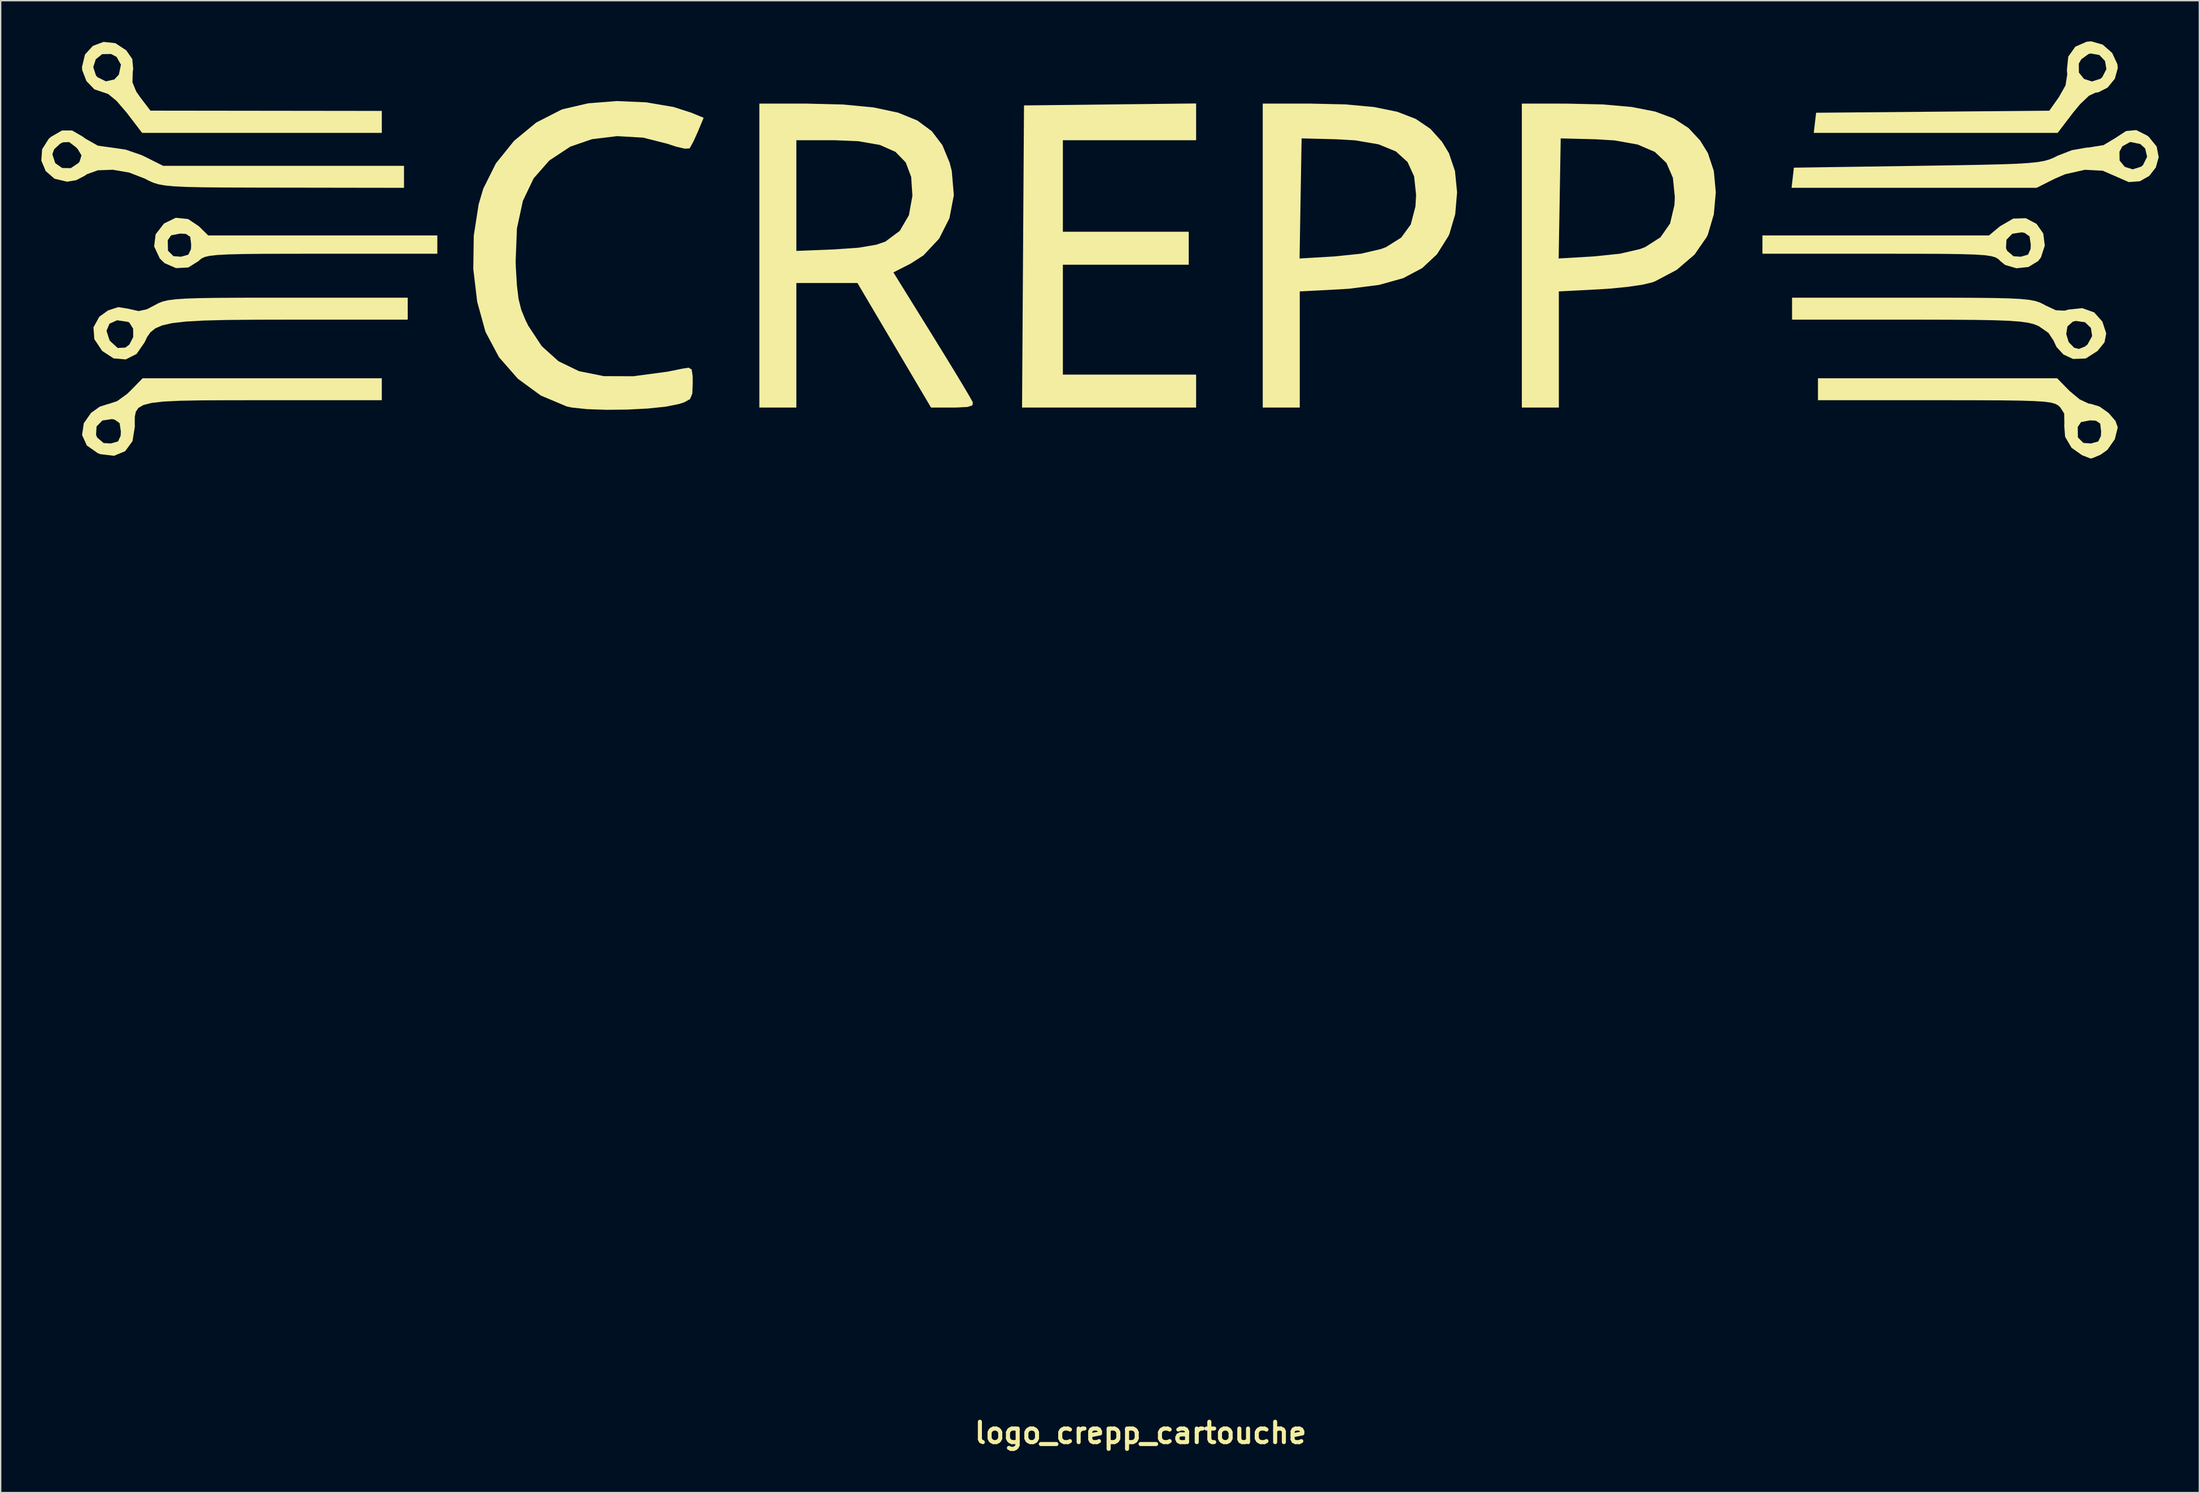
<source format=kicad_pcb>
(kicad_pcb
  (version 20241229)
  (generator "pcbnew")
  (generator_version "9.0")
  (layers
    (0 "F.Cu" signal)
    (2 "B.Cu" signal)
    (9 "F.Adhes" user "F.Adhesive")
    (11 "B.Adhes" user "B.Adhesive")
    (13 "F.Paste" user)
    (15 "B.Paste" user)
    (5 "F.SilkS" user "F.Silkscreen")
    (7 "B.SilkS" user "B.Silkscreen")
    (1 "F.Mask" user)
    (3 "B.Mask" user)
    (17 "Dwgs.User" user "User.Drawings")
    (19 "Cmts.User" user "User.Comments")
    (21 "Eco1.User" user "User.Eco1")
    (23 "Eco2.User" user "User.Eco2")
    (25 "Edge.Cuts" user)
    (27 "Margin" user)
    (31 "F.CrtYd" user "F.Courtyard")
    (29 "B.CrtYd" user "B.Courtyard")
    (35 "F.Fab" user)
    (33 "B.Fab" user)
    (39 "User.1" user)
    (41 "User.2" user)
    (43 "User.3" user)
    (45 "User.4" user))
  (footprint "logo_crepp_cartouche"
    (layer "F.Cu")
    (at 81.111 102.681)
    (property "Reference" "logo_crepp_cartouche" (at 0 0 0) (layer "F.SilkS") (effects (font (size 1.5 1.5) (thickness 0.3))))
    (attr board_only exclude_from_pos_files exclude_from_bom)
    (fp_poly (pts (xy 4.097 -96.741) (xy 4.097 -95.385) (xy -0.819 -95.385) (xy -5.735 -95.385) (xy -5.735 -92.007) (xy -5.735 -88.63) (xy -1.092 -88.63) (xy 3.551 -88.63) (xy 3.551 -87.414) (xy 3.551 -86.198) (xy -1.092 -86.198) (xy -5.735 -86.198) (xy -5.735 -82.145) (xy -5.735 -78.091) (xy -0.819 -78.091) (xy 4.097 -78.091) (xy 4.097 -76.876) (xy 4.097 -75.66) (xy -2.325 -75.66) (xy -8.746 -75.66) (xy -8.675 -86.806) (xy -8.603 -97.952) (xy -2.253 -98.025) (xy 4.097 -98.097)) (stroke (width 0) (type solid)) (fill yes) (layer "F.SilkS"))
    (fp_poly (pts (xy -75.649 -102.547) (xy -74.845 -102.016) (xy -74.401 -101.377) (xy -74.334 -100.651) (xy -74.367 -100.413) (xy -74.387 -99.658) (xy -74.106 -98.97) (xy -73.79 -98.52) (xy -73.059 -97.567) (xy -64.524 -97.557) (xy -55.989 -97.547) (xy -55.989 -96.736) (xy -55.989 -95.926) (xy -64.833 -95.926) (xy -73.676 -95.926) (xy -74.81 -97.412) (xy -75.557 -98.283) (xy -76.176 -98.793) (xy -76.482 -98.898) (xy -77.197 -99.139) (xy -77.784 -99.749) (xy -78.095 -100.555) (xy -78.111 -100.779) (xy -77.28 -100.779) (xy -77.081 -100.167) (xy -76.965 -100.033) (xy -76.345 -99.728) (xy -75.72 -99.871) (xy -75.391 -100.229) (xy -75.236 -100.957) (xy -75.558 -101.532) (xy -75.965 -101.747) (xy -76.625 -101.735) (xy -77.095 -101.357) (xy -77.28 -100.779) (xy -78.111 -100.779) (xy -78.112 -100.789) (xy -77.889 -101.709) (xy -77.311 -102.343) (xy -76.519 -102.64)) (stroke (width 0) (type solid)) (fill yes) (layer "F.SilkS"))
    (fp_poly (pts (xy -70.28 -89.568) (xy -69.484 -89.035) (xy -68.801 -88.36) (xy -60.347 -88.36) (xy -51.892 -88.36) (xy -51.892 -87.684) (xy -51.892 -87.009) (xy -60.453 -87.009) (xy -62.844 -87.007) (xy -64.749 -87.001) (xy -66.226 -86.986) (xy -67.337 -86.958) (xy -68.139 -86.915) (xy -68.693 -86.853) (xy -69.06 -86.768) (xy -69.297 -86.656) (xy -69.465 -86.514) (xy -69.509 -86.468) (xy -70.27 -85.994) (xy -71.166 -85.946) (xy -72.014 -86.312) (xy -72.372 -86.659) (xy -72.788 -87.55) (xy -72.731 -88.006) (xy -71.781 -88.006) (xy -71.767 -87.233) (xy -71.365 -86.831) (xy -70.807 -86.788) (xy -70.266 -86.939) (xy -70.071 -87.342) (xy -70.055 -87.684) (xy -70.123 -88.258) (xy -70.442 -88.47) (xy -70.87 -88.495) (xy -71.536 -88.366) (xy -71.781 -88.006) (xy -72.731 -88.006) (xy -72.677 -88.443) (xy -72.061 -89.238) (xy -71.192 -89.661)) (stroke (width 0) (type solid)) (fill yes) (layer "F.SilkS"))
    (fp_poly (pts (xy 70.993 -102.438) (xy 71.691 -101.822) (xy 72.074 -100.998) (xy 72.103 -100.704) (xy 71.888 -99.924) (xy 71.353 -99.267) (xy 70.662 -98.916) (xy 70.473 -98.898) (xy 69.985 -98.671) (xy 69.317 -98.037) (xy 68.802 -97.412) (xy 67.668 -95.926) (xy 58.669 -95.926) (xy 49.671 -95.926) (xy 49.758 -96.669) (xy 49.844 -97.412) (xy 58.447 -97.488) (xy 67.051 -97.564) (xy 67.761 -98.569) (xy 68.247 -99.429) (xy 68.375 -100.234) (xy 68.349 -100.56) (xy 68.397 -101.033) (xy 69.227 -101.033) (xy 69.237 -100.374) (xy 69.617 -99.904) (xy 70.201 -99.72) (xy 70.821 -99.918) (xy 70.956 -100.033) (xy 71.264 -100.63) (xy 71.161 -101.231) (xy 70.746 -101.671) (xy 70.117 -101.784) (xy 69.945 -101.744) (xy 69.413 -101.359) (xy 69.227 -101.033) (xy 68.397 -101.033) (xy 68.45 -101.552) (xy 68.967 -102.284) (xy 69.813 -102.655) (xy 70.144 -102.681)) (stroke (width 0) (type solid)) (fill yes) (layer "F.SilkS"))
    (fp_poly (pts (xy 66.11 -89.212) (xy 66.606 -88.502) (xy 66.718 -87.608) (xy 66.435 -86.739) (xy 66.234 -86.472) (xy 65.512 -86.032) (xy 64.619 -85.936) (xy 63.786 -86.184) (xy 63.437 -86.468) (xy 63.285 -86.619) (xy 63.08 -86.739) (xy 62.762 -86.831) (xy 62.273 -86.9) (xy 61.551 -86.948) (xy 60.539 -86.979) (xy 59.176 -86.998) (xy 57.402 -87.006) (xy 55.159 -87.008) (xy 54.426 -87.009) (xy 45.884 -87.009) (xy 45.884 -87.426) (xy 63.855 -87.426) (xy 63.939 -87.225) (xy 64.415 -86.821) (xy 64.952 -86.79) (xy 65.48 -86.943) (xy 65.67 -87.356) (xy 65.685 -87.684) (xy 65.593 -88.288) (xy 65.231 -88.547) (xy 65.017 -88.588) (xy 64.32 -88.482) (xy 63.892 -88.044) (xy 63.855 -87.426) (xy 45.884 -87.426) (xy 45.884 -87.684) (xy 45.884 -88.36) (xy 54.243 -88.36) (xy 62.602 -88.36) (xy 63.413 -89.035) (xy 64.388 -89.601) (xy 65.317 -89.631)) (stroke (width 0) (type solid)) (fill yes) (layer "F.SilkS"))
    (fp_poly (pts (xy 15.107 -98.028) (xy 17.229 -97.834) (xy 18.94 -97.484) (xy 20.304 -96.956) (xy 21.381 -96.228) (xy 22.235 -95.277) (xy 22.747 -94.439) (xy 23.197 -93.115) (xy 23.353 -91.542) (xy 23.215 -89.925) (xy 22.786 -88.469) (xy 22.704 -88.292) (xy 21.868 -86.967) (xy 20.78 -85.949) (xy 19.377 -85.205) (xy 17.599 -84.708) (xy 15.383 -84.426) (xy 14.68 -84.381) (xy 11.744 -84.23) (xy 11.744 -79.945) (xy 11.744 -75.66) (xy 10.378 -75.66) (xy 9.013 -75.66) (xy 9.013 -86.658) (xy 11.73 -86.658) (xy 14.308 -86.81) (xy 16.249 -87.01) (xy 17.72 -87.35) (xy 18.119 -87.502) (xy 19.227 -88.197) (xy 19.934 -89.168) (xy 20.279 -90.485) (xy 20.329 -91.351) (xy 20.182 -92.718) (xy 19.697 -93.778) (xy 18.837 -94.557) (xy 17.564 -95.08) (xy 15.84 -95.374) (xy 14.431 -95.455) (xy 11.881 -95.52) (xy 11.805 -91.089) (xy 11.73 -86.658) (xy 9.013 -86.658) (xy 9.013 -86.873) (xy 9.013 -98.087) (xy 12.513 -98.087)) (stroke (width 0) (type solid)) (fill yes) (layer "F.SilkS"))
    (fp_poly (pts (xy -55.989 -77.011) (xy -55.989 -76.2) (xy -64.687 -76.2) (xy -67.225 -76.199) (xy -69.271 -76.19) (xy -70.875 -76.16) (xy -72.093 -76.101) (xy -72.975 -76) (xy -73.576 -75.847) (xy -73.948 -75.631) (xy -74.144 -75.341) (xy -74.216 -74.967) (xy -74.219 -74.498) (xy -74.211 -74.253) (xy -74.385 -73.178) (xy -74.925 -72.439) (xy -75.745 -72.099) (xy -76.76 -72.219) (xy -76.94 -72.287) (xy -77.754 -72.859) (xy -78.106 -73.634) (xy -78.105 -73.645) (xy -77.074 -73.645) (xy -76.99 -73.444) (xy -76.514 -73.04) (xy -75.977 -73.009) (xy -75.449 -73.162) (xy -75.259 -73.575) (xy -75.244 -73.903) (xy -75.336 -74.507) (xy -75.698 -74.766) (xy -75.912 -74.807) (xy -76.609 -74.701) (xy -77.037 -74.263) (xy -77.074 -73.645) (xy -78.105 -73.645) (xy -77.977 -74.503) (xy -77.441 -75.267) (xy -76.798 -75.725) (xy -76.158 -75.929) (xy -76.129 -75.93) (xy -75.518 -76.132) (xy -74.783 -76.664) (xy -74.561 -76.876) (xy -73.635 -77.821) (xy -64.812 -77.821) (xy -55.989 -77.821)) (stroke (width 0) (type solid)) (fill yes) (layer "F.SilkS"))
    (fp_poly (pts (xy 31.477 -98.085) (xy 34.094 -98.026) (xy 36.237 -97.838) (xy 37.966 -97.499) (xy 39.343 -96.989) (xy 40.429 -96.286) (xy 41.285 -95.367) (xy 41.857 -94.439) (xy 42.297 -93.117) (xy 42.443 -91.541) (xy 42.296 -89.913) (xy 41.861 -88.433) (xy 41.778 -88.252) (xy 40.879 -86.951) (xy 39.567 -85.824) (xy 37.97 -84.978) (xy 37.739 -84.891) (xy 37.041 -84.725) (xy 35.966 -84.567) (xy 34.682 -84.438) (xy 33.798 -84.38) (xy 30.862 -84.23) (xy 30.862 -79.945) (xy 30.862 -75.66) (xy 29.497 -75.66) (xy 28.131 -75.66) (xy 28.131 -86.658) (xy 30.848 -86.658) (xy 33.426 -86.81) (xy 35.368 -87.01) (xy 36.838 -87.35) (xy 37.237 -87.502) (xy 38.36 -88.221) (xy 39.068 -89.238) (xy 39.391 -90.605) (xy 39.419 -91.19) (xy 39.277 -92.611) (xy 38.798 -93.713) (xy 37.944 -94.522) (xy 36.678 -95.066) (xy 34.964 -95.371) (xy 33.549 -95.455) (xy 30.999 -95.52) (xy 30.924 -91.089) (xy 30.848 -86.658) (xy 28.131 -86.658) (xy 28.131 -86.873) (xy 28.131 -98.087)) (stroke (width 0) (type solid)) (fill yes) (layer "F.SilkS"))
    (fp_poly (pts (xy 68.553 -76.876) (xy 69.287 -76.266) (xy 69.957 -75.95) (xy 70.121 -75.93) (xy 70.757 -75.735) (xy 71.425 -75.26) (xy 71.935 -74.67) (xy 72.103 -74.198) (xy 71.884 -73.32) (xy 71.336 -72.536) (xy 70.831 -72.177) (xy 70.322 -71.961) (xy 70.11 -71.894) (xy 69.847 -71.995) (xy 69.456 -72.149) (xy 68.69 -72.694) (xy 68.217 -73.5) (xy 68.161 -74.225) (xy 69.148 -74.225) (xy 69.162 -73.452) (xy 69.564 -73.05) (xy 70.122 -73.007) (xy 70.663 -73.158) (xy 70.858 -73.562) (xy 70.874 -73.903) (xy 70.806 -74.477) (xy 70.487 -74.689) (xy 70.059 -74.714) (xy 69.393 -74.585) (xy 69.148 -74.225) (xy 68.161 -74.225) (xy 68.15 -74.368) (xy 68.163 -74.426) (xy 68.148 -75.219) (xy 67.86 -75.67) (xy 67.702 -75.817) (xy 67.488 -75.934) (xy 67.157 -76.025) (xy 66.652 -76.092) (xy 65.913 -76.139) (xy 64.882 -76.17) (xy 63.498 -76.189) (xy 61.703 -76.197) (xy 59.439 -76.2) (xy 58.678 -76.2) (xy 49.981 -76.2) (xy 49.981 -77.011) (xy 49.981 -77.821) (xy 58.803 -77.821) (xy 67.626 -77.821)) (stroke (width 0) (type solid)) (fill yes) (layer "F.SilkS"))
    (fp_poly (pts (xy 74.258 -95.734) (xy 74.388 -95.636) (xy 74.974 -94.919) (xy 75.122 -94.131) (xy 74.911 -93.373) (xy 74.42 -92.747) (xy 73.728 -92.354) (xy 72.914 -92.296) (xy 72.068 -92.666) (xy 70.993 -93.133) (xy 69.674 -93.202) (xy 68.23 -92.877) (xy 67.46 -92.548) (xy 66.113 -91.872) (xy 57.073 -91.872) (xy 48.033 -91.872) (xy 48.119 -92.615) (xy 48.205 -93.359) (xy 57.355 -93.494) (xy 59.838 -93.532) (xy 61.837 -93.567) (xy 63.413 -93.605) (xy 64.627 -93.649) (xy 65.542 -93.705) (xy 66.219 -93.776) (xy 66.72 -93.867) (xy 67.105 -93.982) (xy 67.438 -94.126) (xy 67.654 -94.237) (xy 68.428 -94.537) (xy 72.228 -94.537) (xy 72.24 -93.884) (xy 72.622 -93.419) (xy 73.207 -93.236) (xy 73.825 -93.432) (xy 73.96 -93.548) (xy 74.269 -94.161) (xy 74.124 -94.779) (xy 73.762 -95.104) (xy 73.026 -95.258) (xy 72.445 -94.939) (xy 72.228 -94.537) (xy 68.428 -94.537) (xy 68.727 -94.652) (xy 69.818 -94.842) (xy 69.936 -94.845) (xy 71.055 -95.024) (xy 71.88 -95.52) (xy 72.722 -96.064) (xy 73.465 -96.133)) (stroke (width 0) (type solid)) (fill yes) (layer "F.SilkS"))
    (fp_poly (pts (xy -54.077 -82.955) (xy -54.077 -82.145) (xy -62.671 -82.145) (xy -65.3 -82.14) (xy -67.437 -82.121) (xy -69.139 -82.078) (xy -70.462 -82.003) (xy -71.459 -81.888) (xy -72.188 -81.723) (xy -72.703 -81.501) (xy -73.059 -81.213) (xy -73.313 -80.849) (xy -73.491 -80.47) (xy -74.084 -79.613) (xy -74.885 -79.21) (xy -75.779 -79.286) (xy -76.622 -79.836) (xy -77.2 -80.704) (xy -77.246 -81.322) (xy -76.302 -81.322) (xy -76.083 -80.637) (xy -76.035 -80.565) (xy -75.478 -80.055) (xy -74.911 -80.084) (xy -74.616 -80.307) (xy -74.331 -80.858) (xy -74.338 -81.481) (xy -74.622 -81.93) (xy -74.72 -81.981) (xy -75.523 -82.099) (xy -76.083 -81.844) (xy -76.302 -81.322) (xy -77.246 -81.322) (xy -77.265 -81.58) (xy -76.83 -82.362) (xy -76.191 -82.825) (xy -75.434 -83.07) (xy -74.642 -82.942) (xy -74.586 -82.923) (xy -73.928 -82.778) (xy -73.328 -82.908) (xy -72.77 -83.199) (xy -72.482 -83.355) (xy -72.168 -83.479) (xy -71.768 -83.576) (xy -71.218 -83.648) (xy -70.459 -83.699) (xy -69.427 -83.733) (xy -68.061 -83.753) (xy -66.3 -83.763) (xy -64.082 -83.766) (xy -62.938 -83.766) (xy -54.077 -83.766)) (stroke (width 0) (type solid)) (fill yes) (layer "F.SilkS"))
    (fp_poly (pts (xy -78.025 -95.631) (xy -77.889 -95.52) (xy -76.938 -94.98) (xy -75.947 -94.845) (xy -74.893 -94.692) (xy -73.726 -94.29) (xy -73.469 -94.169) (xy -72.121 -93.494) (xy -63.236 -93.494) (xy -54.351 -93.494) (xy -54.351 -92.683) (xy -54.351 -91.872) (xy -63.295 -91.885) (xy -65.74 -91.889) (xy -67.702 -91.896) (xy -69.243 -91.911) (xy -70.425 -91.938) (xy -71.313 -91.98) (xy -71.967 -92.043) (xy -72.452 -92.129) (xy -72.829 -92.243) (xy -73.162 -92.389) (xy -73.469 -92.548) (xy -74.621 -92.996) (xy -75.832 -93.205) (xy -76.935 -93.166) (xy -77.764 -92.87) (xy -77.889 -92.773) (xy -78.533 -92.438) (xy -79.204 -92.323) (xy -80.137 -92.542) (xy -80.789 -93.106) (xy -81.111 -93.878) (xy -81.079 -94.349) (xy -80.297 -94.349) (xy -80.085 -93.693) (xy -79.572 -93.335) (xy -78.939 -93.324) (xy -78.368 -93.705) (xy -78.28 -93.828) (xy -78.151 -94.266) (xy -78.424 -94.727) (xy -78.56 -94.868) (xy -79.057 -95.248) (xy -79.507 -95.231) (xy -79.717 -95.133) (xy -80.17 -94.712) (xy -80.297 -94.349) (xy -81.079 -94.349) (xy -81.053 -94.719) (xy -80.565 -95.491) (xy -80.397 -95.636) (xy -79.584 -96.103) (xy -78.843 -96.104)) (stroke (width 0) (type solid)) (fill yes) (layer "F.SilkS"))
    (fp_poly (pts (xy -24.649 -98.086) (xy -21.927 -98.018) (xy -19.689 -97.802) (xy -17.888 -97.417) (xy -16.475 -96.84) (xy -15.403 -96.048) (xy -14.625 -95.021) (xy -14.093 -93.737) (xy -13.932 -93.115) (xy -13.78 -91.326) (xy -14.105 -89.629) (xy -14.867 -88.119) (xy -16.022 -86.887) (xy -16.972 -86.277) (xy -18.24 -85.631) (xy -15.383 -81.024) (xy -14.501 -79.595) (xy -13.714 -78.307) (xy -13.069 -77.239) (xy -12.612 -76.465) (xy -12.389 -76.063) (xy -12.379 -76.039) (xy -12.408 -75.821) (xy -12.771 -75.703) (xy -13.562 -75.661) (xy -13.848 -75.66) (xy -15.464 -75.66) (xy -18.178 -80.253) (xy -20.893 -84.847) (xy -23.146 -84.847) (xy -25.4 -84.847) (xy -25.4 -80.253) (xy -25.4 -75.66) (xy -26.766 -75.66) (xy -28.131 -75.66) (xy -28.131 -86.873) (xy -28.131 -95.385) (xy -25.4 -95.385) (xy -25.4 -91.301) (xy -25.4 -87.217) (xy -22.601 -87.328) (xy -20.794 -87.455) (xy -19.494 -87.676) (xy -18.833 -87.904) (xy -17.769 -88.698) (xy -17.095 -89.852) (xy -16.837 -91.285) (xy -16.929 -92.679) (xy -17.331 -93.748) (xy -18.086 -94.524) (xy -19.236 -95.035) (xy -20.822 -95.312) (xy -22.618 -95.385) (xy -25.4 -95.385) (xy -28.131 -95.385) (xy -28.131 -98.087)) (stroke (width 0) (type solid)) (fill yes) (layer "F.SilkS"))
    (fp_poly (pts (xy 59.37 -83.765) (xy 61.326 -83.758) (xy 62.86 -83.743) (xy 64.032 -83.716) (xy 64.905 -83.673) (xy 65.539 -83.61) (xy 65.998 -83.525) (xy 66.342 -83.413) (xy 66.634 -83.272) (xy 66.757 -83.202) (xy 67.534 -82.839) (xy 68.171 -82.808) (xy 68.48 -82.89) (xy 69.477 -82.994) (xy 70.36 -82.681) (xy 70.96 -82.012) (xy 70.973 -81.983) (xy 71.251 -81.134) (xy 71.125 -80.472) (xy 70.613 -79.836) (xy 69.736 -79.277) (xy 68.802 -79.244) (xy 68.098 -79.571) (xy 67.583 -80.128) (xy 67.363 -80.598) (xy 67.048 -81.078) (xy 68.301 -81.078) (xy 68.482 -80.487) (xy 68.888 -80.07) (xy 69.235 -79.983) (xy 69.676 -80.156) (xy 69.864 -80.307) (xy 70.211 -80.934) (xy 70.12 -81.533) (xy 69.687 -81.954) (xy 69.007 -82.049) (xy 68.787 -81.997) (xy 68.388 -81.646) (xy 68.301 -81.078) (xy 67.048 -81.078) (xy 66.992 -81.163) (xy 66.276 -81.663) (xy 66.23 -81.685) (xy 65.899 -81.816) (xy 65.476 -81.919) (xy 64.901 -81.999) (xy 64.11 -82.058) (xy 63.042 -82.099) (xy 61.635 -82.125) (xy 59.827 -82.139) (xy 57.555 -82.144) (xy 56.663 -82.145) (xy 48.069 -82.145) (xy 48.069 -82.955) (xy 48.069 -83.766) (xy 56.93 -83.766)) (stroke (width 0) (type solid)) (fill yes) (layer "F.SilkS"))
    (fp_poly (pts (xy -36.486 -98.181) (xy -34.455 -97.835) (xy -33.143 -97.412) (xy -32.242 -97.04) (xy -32.67 -96.01) (xy -32.983 -95.313) (xy -33.238 -94.845) (xy -33.287 -94.781) (xy -33.625 -94.76) (xy -34.299 -94.916) (xy -34.903 -95.119) (xy -36.7 -95.574) (xy -38.622 -95.686) (xy -40.483 -95.461) (xy -42.078 -94.912) (xy -43.623 -93.894) (xy -44.786 -92.569) (xy -45.58 -90.905) (xy -46.018 -88.872) (xy -46.114 -86.441) (xy -46.099 -86.018) (xy -46.018 -84.651) (xy -45.895 -83.656) (xy -45.695 -82.861) (xy -45.38 -82.097) (xy -45.175 -81.687) (xy -44.187 -80.189) (xy -42.952 -79.077) (xy -41.437 -78.343) (xy -39.608 -77.977) (xy -37.432 -77.969) (xy -34.874 -78.311) (xy -33.798 -78.53) (xy -33.34 -78.6) (xy -33.121 -78.46) (xy -33.052 -77.983) (xy -33.047 -77.46) (xy -33.076 -76.694) (xy -33.244 -76.283) (xy -33.674 -76.044) (xy -34.072 -75.917) (xy -35.033 -75.724) (xy -36.356 -75.587) (xy -37.875 -75.508) (xy -39.426 -75.492) (xy -40.844 -75.541) (xy -41.964 -75.659) (xy -42.347 -75.741) (xy -44.254 -76.544) (xy -45.952 -77.786) (xy -47.343 -79.376) (xy -48.327 -81.223) (xy -48.345 -81.269) (xy -48.951 -83.466) (xy -49.239 -85.886) (xy -49.203 -88.345) (xy -48.843 -90.658) (xy -48.503 -91.808) (xy -47.572 -93.673) (xy -46.232 -95.337) (xy -44.592 -96.69) (xy -42.762 -97.625) (xy -42.616 -97.677) (xy -40.766 -98.108) (xy -38.657 -98.274)) (stroke (width 0) (type solid)) (fill yes) (layer "F.SilkS")))
  (gr_rect
    (start -3 -3)
    (end 159.234 107.085)
    (stroke (width 0.1) (type default))
    (fill no)
    (layer "Edge.Cuts")))
</source>
